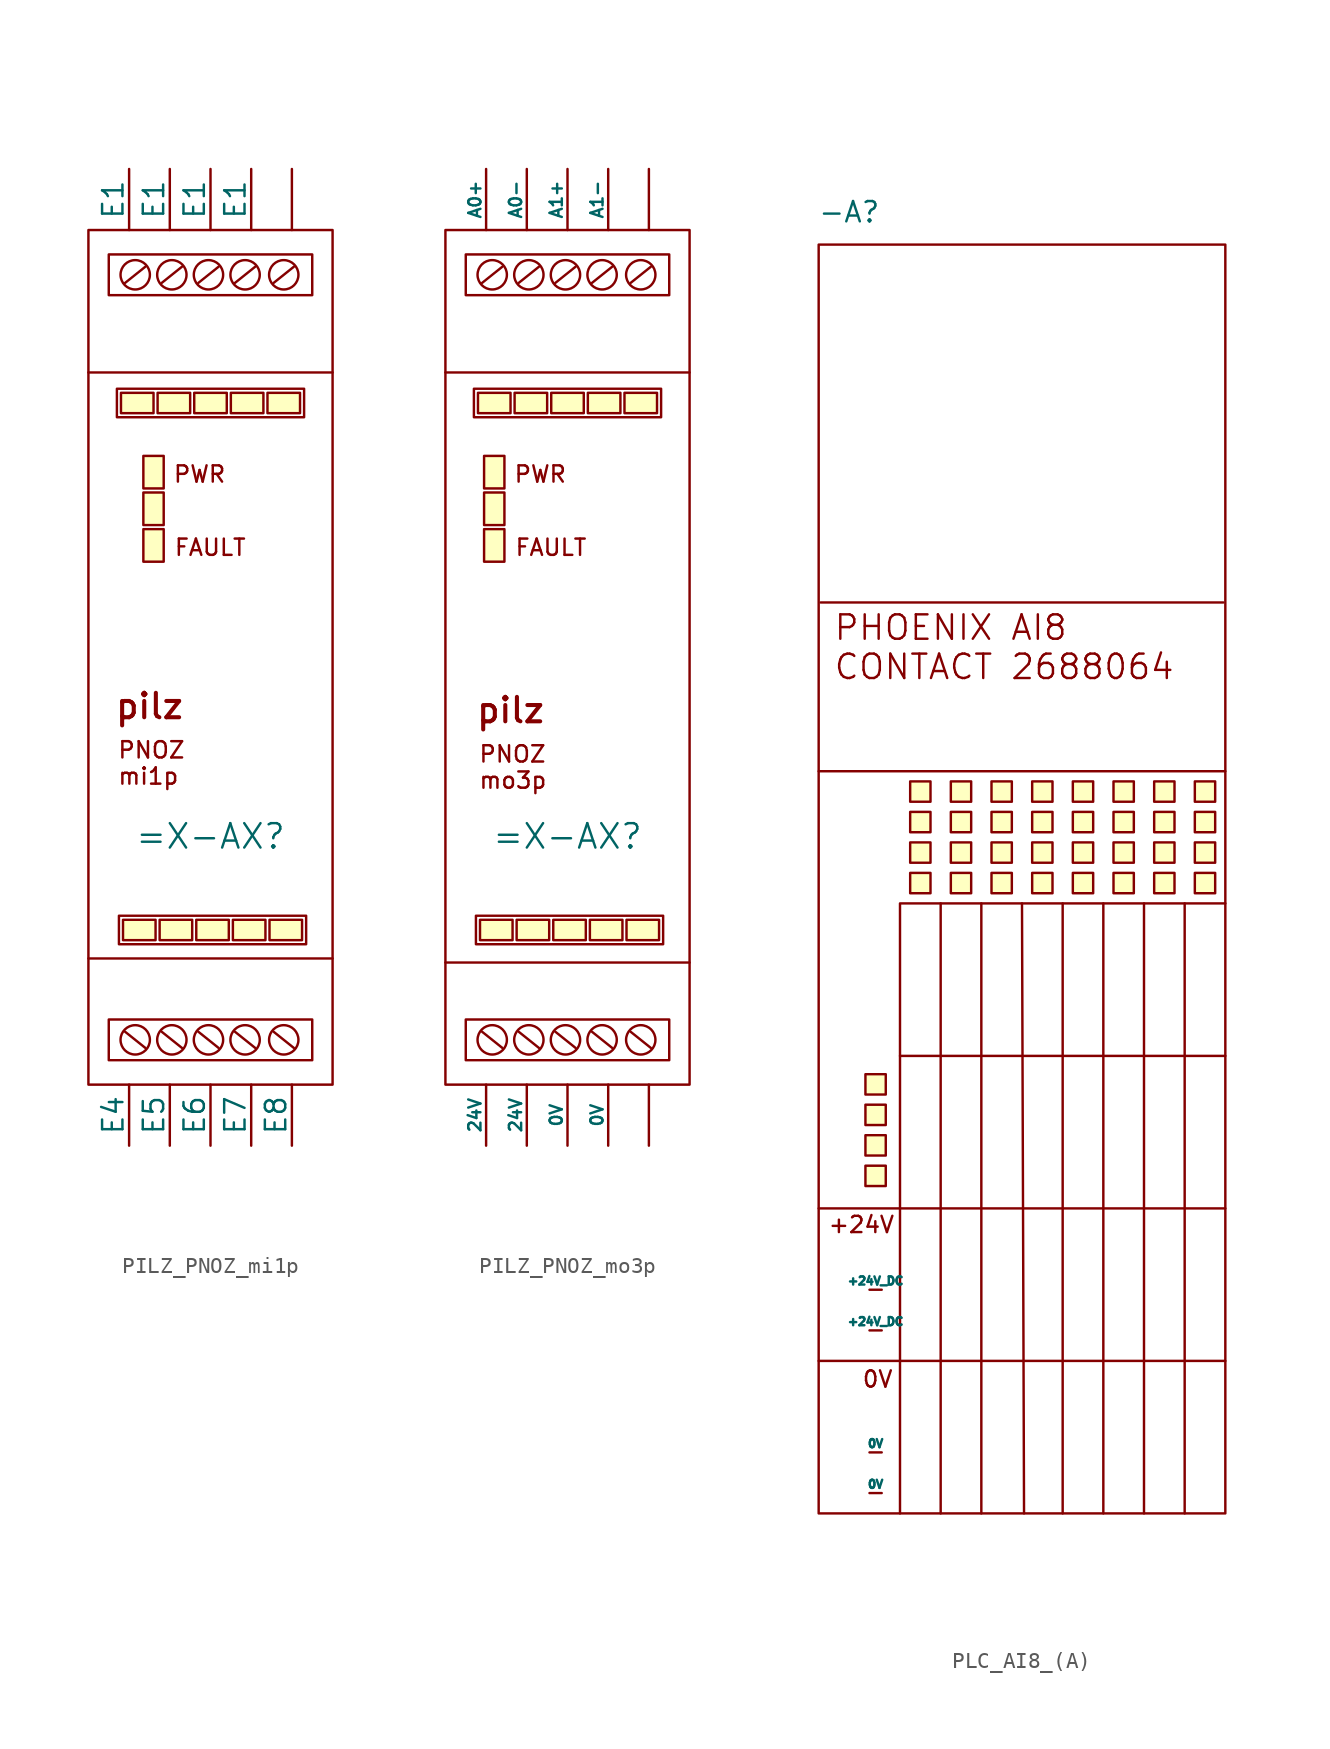
<source format=kicad_sym>
(kicad_symbol_lib
  (version 20241209)
  (generator "kicad_symbol_editor")
  (generator_version "9.0")
  (symbol "PILZ_PNOZ_mi1p"
    (pin_numbers
      (hide yes))
    (pin_names
      (offset 0))
    (property "Reference" "=X-AX"
      (at 0 -12.446 0)
      (effects (font (size 1.524 1.524))))
    (symbol "PILZ_PNOZ_mi1p_0_1"
      (rectangle (start -7.62 25.4) (end 7.62 -27.94) (stroke (width 0) (type default)) (fill (type none)))
      (polyline (pts (xy -7.62 16.51) (xy 7.62 16.51)) (stroke (width 0) (type default)) (fill (type none)))
      (polyline (pts (xy -7.62 -20.066) (xy 7.62 -20.066)) (stroke (width 0) (type default)) (fill (type none)))
      (rectangle (start -6.35 21.336) (end 6.35 23.876) (stroke (width 0) (type default)) (fill (type none)))
      (rectangle (start -6.35 -23.876) (end 6.35 -26.416) (stroke (width 0) (type default)) (fill (type none)))
      (circle (center -4.699 22.606) (radius 0.916) (stroke (width 0) (type default)) (fill (type none)))
      (circle (center -4.699 -25.146) (radius 0.916) (stroke (width 0) (type default)) (fill (type none)))
      (polyline (pts (xy -4.064 23.114) (xy -5.334 22.098)) (stroke (width 0) (type default)) (fill (type none)))
      (polyline (pts (xy -4.064 -25.654) (xy -5.334 -24.638)) (stroke (width 0) (type default)) (fill (type none)))
      (circle (center -2.413 22.606) (radius 0.916) (stroke (width 0) (type default)) (fill (type none)))
      (circle (center -2.413 -25.146) (radius 0.916) (stroke (width 0) (type default)) (fill (type none)))
      (polyline (pts (xy -1.778 23.114) (xy -3.048 22.098)) (stroke (width 0) (type default)) (fill (type none)))
      (polyline (pts (xy -1.778 -25.654) (xy -3.048 -24.638)) (stroke (width 0) (type default)) (fill (type none)))
      (circle (center -0.127 22.606) (radius 0.916) (stroke (width 0) (type default)) (fill (type none)))
      (circle (center -0.127 -25.146) (radius 0.916) (stroke (width 0) (type default)) (fill (type none)))
      (polyline (pts (xy 0.508 23.114) (xy -0.762 22.098)) (stroke (width 0) (type default)) (fill (type none)))
      (polyline (pts (xy 0.508 -25.654) (xy -0.762 -24.638)) (stroke (width 0) (type default)) (fill (type none)))
      (circle (center 2.159 22.606) (radius 0.916) (stroke (width 0) (type default)) (fill (type none)))
      (circle (center 2.159 -25.146) (radius 0.916) (stroke (width 0) (type default)) (fill (type none)))
      (polyline (pts (xy 2.794 23.114) (xy 1.524 22.098)) (stroke (width 0) (type default)) (fill (type none)))
      (polyline (pts (xy 2.794 -25.654) (xy 1.524 -24.638)) (stroke (width 0) (type default)) (fill (type none)))
      (circle (center 4.572 22.606) (radius 0.916) (stroke (width 0) (type default)) (fill (type none)))
      (circle (center 4.572 -25.146) (radius 0.916) (stroke (width 0) (type default)) (fill (type none)))
      (polyline (pts (xy 5.207 23.114) (xy 3.937 22.098)) (stroke (width 0) (type default)) (fill (type none)))
      (polyline (pts (xy 5.207 -25.654) (xy 3.937 -24.638)) (stroke (width 0) (type default)) (fill (type none))))
    (symbol "PILZ_PNOZ_mi1p_1_1"
      (rectangle (start -5.842 15.494) (end 5.842 13.716) (stroke (width 0) (type default)) (fill (type none)))
      (rectangle (start -5.715 -17.399) (end 5.969 -19.177) (stroke (width 0) (type default)) (fill (type none)))
      (rectangle (start -5.588 15.24) (end -3.556 13.97) (stroke (width 0) (type solid)) (fill (type background)))
      (rectangle (start -5.461 -17.653) (end -3.429 -18.923) (stroke (width 0) (type solid)) (fill (type background)))
      (rectangle (start -4.191 9.017) (end -2.921 6.985) (stroke (width 0) (type solid)) (fill (type background)))
      (rectangle (start -4.191 6.731) (end -2.921 4.699) (stroke (width 0) (type solid)) (fill (type background)))
      (rectangle (start -3.302 15.24) (end -1.27 13.97) (stroke (width 0) (type solid)) (fill (type background)))
      (rectangle (start -3.175 -17.653) (end -1.143 -18.923) (stroke (width 0) (type solid)) (fill (type background)))
      (rectangle (start -2.921 11.303) (end -4.191 9.271) (stroke (width 0) (type solid)) (fill (type background)))
      (rectangle (start -1.016 15.24) (end 1.016 13.97) (stroke (width 0) (type solid)) (fill (type background)))
      (rectangle (start -0.889 -17.653) (end 1.143 -18.923) (stroke (width 0) (type solid)) (fill (type background)))
      (rectangle (start 1.27 15.24) (end 3.302 13.97) (stroke (width 0) (type solid)) (fill (type background)))
      (rectangle (start 1.397 -17.653) (end 3.429 -18.923) (stroke (width 0) (type solid)) (fill (type background)))
      (rectangle (start 3.556 15.24) (end 5.588 13.97) (stroke (width 0) (type solid)) (fill (type background)))
      (rectangle (start 3.683 -17.653) (end 5.715 -18.923) (stroke (width 0) (type solid)) (fill (type background)))
      (text "PNOZ\nmi1p" (at -5.842 -7.874 0) (effects (font (size 1.016 1.016)) (justify left)))
      (text "pilz" (at -3.81 -4.318 0) (effects (font (size 1.524 1.524) (thickness 0.254) (bold yes))))
      (text "PWR" (at 1.016 10.16 0) (effects (font (size 1.016 1.016)) (justify right)))
      (text "FAULT" (at 2.286 5.588 0) (effects (font (size 1.016 1.016)) (justify right)))
      (pin input line (at -5.08 29.21 270) (length 3.81) (name "E1" (effects (font (size 1.27 1.27)))) (number "E1" (effects (font (size 1.27 1.27)))))
      (pin input line (at -5.08 -31.75 90) (length 3.81) (name "E4" (effects (font (size 1.27 1.27)))) (number "E4" (effects (font (size 1.27 1.27)))))
      (pin input line (at -2.54 29.21 270) (length 3.81) (name "E1" (effects (font (size 1.27 1.27)))) (number "E1" (effects (font (size 1.27 1.27)))))
      (pin input line (at -2.54 -31.75 90) (length 3.81) (name "E5" (effects (font (size 1.27 1.27)))) (number "E5" (effects (font (size 1.27 1.27)))))
      (pin input line (at 0 29.21 270) (length 3.81) (name "E1" (effects (font (size 1.27 1.27)))) (number "E1" (effects (font (size 1.27 1.27)))))
      (pin input line (at 0 -31.75 90) (length 3.81) (name "E6" (effects (font (size 1.27 1.27)))) (number "E6" (effects (font (size 1.27 1.27)))))
      (pin input line (at 2.54 29.21 270) (length 3.81) (name "E1" (effects (font (size 1.27 1.27)))) (number "E1" (effects (font (size 1.27 1.27)))))
      (pin input line (at 2.54 -31.75 90) (length 3.81) (name "E7" (effects (font (size 1.27 1.27)))) (number "E7" (effects (font (size 1.27 1.27)))))
      (pin passive line (at 5.08 29.21 270) (length 3.81) (name "" (effects (font (size 1.27 1.27)))) (number "" (effects (font (size 1.27 1.27)))))
      (pin input line (at 5.08 -31.75 90) (length 3.81) (name "E8" (effects (font (size 1.27 1.27)))) (number "E8" (effects (font (size 1.27 1.27)))))))
  (symbol "PILZ_PNOZ_mo3p"
    (pin_numbers
      (hide yes))
    (pin_names
      (offset 0))
    (property "Reference" "=X-AX"
      (at 0 -12.446 0)
      (effects (font (size 1.524 1.524))))
    (symbol "PILZ_PNOZ_mo3p_0_1"
      (rectangle (start -7.62 25.4) (end 7.62 -27.94) (stroke (width 0) (type default)) (fill (type none)))
      (polyline (pts (xy -7.62 16.51) (xy 7.62 16.51)) (stroke (width 0) (type default)) (fill (type none)))
      (polyline (pts (xy -7.62 -20.32) (xy 7.62 -20.32)) (stroke (width 0) (type default)) (fill (type none)))
      (rectangle (start -6.35 21.336) (end 6.35 23.876) (stroke (width 0) (type default)) (fill (type none)))
      (rectangle (start -6.35 -23.876) (end 6.35 -26.416) (stroke (width 0) (type default)) (fill (type none)))
      (circle (center -4.699 22.606) (radius 0.916) (stroke (width 0) (type default)) (fill (type none)))
      (circle (center -4.699 -25.146) (radius 0.916) (stroke (width 0) (type default)) (fill (type none)))
      (polyline (pts (xy -4.064 23.114) (xy -5.334 22.098)) (stroke (width 0) (type default)) (fill (type none)))
      (polyline (pts (xy -4.064 -25.654) (xy -5.334 -24.638)) (stroke (width 0) (type default)) (fill (type none)))
      (circle (center -2.413 22.606) (radius 0.916) (stroke (width 0) (type default)) (fill (type none)))
      (circle (center -2.413 -25.146) (radius 0.916) (stroke (width 0) (type default)) (fill (type none)))
      (polyline (pts (xy -1.778 23.114) (xy -3.048 22.098)) (stroke (width 0) (type default)) (fill (type none)))
      (polyline (pts (xy -1.778 -25.654) (xy -3.048 -24.638)) (stroke (width 0) (type default)) (fill (type none)))
      (circle (center -0.127 22.606) (radius 0.916) (stroke (width 0) (type default)) (fill (type none)))
      (circle (center -0.127 -25.146) (radius 0.916) (stroke (width 0) (type default)) (fill (type none)))
      (polyline (pts (xy 0.508 23.114) (xy -0.762 22.098)) (stroke (width 0) (type default)) (fill (type none)))
      (polyline (pts (xy 0.508 -25.654) (xy -0.762 -24.638)) (stroke (width 0) (type default)) (fill (type none)))
      (circle (center 2.159 22.606) (radius 0.916) (stroke (width 0) (type default)) (fill (type none)))
      (circle (center 2.159 -25.146) (radius 0.916) (stroke (width 0) (type default)) (fill (type none)))
      (polyline (pts (xy 2.794 23.114) (xy 1.524 22.098)) (stroke (width 0) (type default)) (fill (type none)))
      (polyline (pts (xy 2.794 -25.654) (xy 1.524 -24.638)) (stroke (width 0) (type default)) (fill (type none)))
      (circle (center 4.572 22.606) (radius 0.916) (stroke (width 0) (type default)) (fill (type none)))
      (circle (center 4.572 -25.146) (radius 0.916) (stroke (width 0) (type default)) (fill (type none)))
      (polyline (pts (xy 5.207 23.114) (xy 3.937 22.098)) (stroke (width 0) (type default)) (fill (type none)))
      (polyline (pts (xy 5.207 -25.654) (xy 3.937 -24.638)) (stroke (width 0) (type default)) (fill (type none))))
    (symbol "PILZ_PNOZ_mo3p_1_1"
      (rectangle (start -5.842 15.494) (end 5.842 13.716) (stroke (width 0) (type default)) (fill (type none)))
      (rectangle (start -5.715 -17.399) (end 5.969 -19.177) (stroke (width 0) (type default)) (fill (type none)))
      (rectangle (start -5.588 15.24) (end -3.556 13.97) (stroke (width 0) (type solid)) (fill (type background)))
      (rectangle (start -5.461 -17.653) (end -3.429 -18.923) (stroke (width 0) (type solid)) (fill (type background)))
      (rectangle (start -5.207 9.017) (end -3.937 6.985) (stroke (width 0) (type solid)) (fill (type background)))
      (rectangle (start -5.207 6.731) (end -3.937 4.699) (stroke (width 0) (type solid)) (fill (type background)))
      (rectangle (start -3.937 11.303) (end -5.207 9.271) (stroke (width 0) (type solid)) (fill (type background)))
      (rectangle (start -3.302 15.24) (end -1.27 13.97) (stroke (width 0) (type solid)) (fill (type background)))
      (rectangle (start -3.175 -17.653) (end -1.143 -18.923) (stroke (width 0) (type solid)) (fill (type background)))
      (rectangle (start -1.016 15.24) (end 1.016 13.97) (stroke (width 0) (type solid)) (fill (type background)))
      (rectangle (start -0.889 -17.653) (end 1.143 -18.923) (stroke (width 0) (type solid)) (fill (type background)))
      (rectangle (start 1.27 15.24) (end 3.302 13.97) (stroke (width 0) (type solid)) (fill (type background)))
      (rectangle (start 1.397 -17.653) (end 3.429 -18.923) (stroke (width 0) (type solid)) (fill (type background)))
      (rectangle (start 3.556 15.24) (end 5.588 13.97) (stroke (width 0) (type solid)) (fill (type background)))
      (rectangle (start 3.683 -17.653) (end 5.715 -18.923) (stroke (width 0) (type solid)) (fill (type background)))
      (text "PNOZ\nmo3p" (at -5.588 -8.128 0) (effects (font (size 1.016 1.016)) (justify left)))
      (text "pilz" (at -3.556 -4.572 0) (effects (font (size 1.524 1.524) (thickness 0.254) (bold yes))))
      (text "PWR" (at 0 10.16 0) (effects (font (size 1.016 1.016)) (justify right)))
      (text "FAULT" (at 1.27 5.588 0) (effects (font (size 1.016 1.016)) (justify right)))
      (pin output line (at -5.08 29.21 270) (length 3.81) (name "A0+" (effects (font (size 0.762 0.762)))) (number "A0+" (effects (font (size 0.762 0.762)))))
      (pin passive line (at -5.08 -31.75 90) (length 3.81) (name "24V" (effects (font (size 0.762 0.762)))) (number "24V" (effects (font (size 0.762 0.762)))))
      (pin output line (at -2.54 29.21 270) (length 3.81) (name "A0-" (effects (font (size 0.762 0.762)))) (number "A0-" (effects (font (size 0.762 0.762)))))
      (pin passive line (at -2.54 -31.75 90) (length 3.81) (name "24V" (effects (font (size 0.762 0.762)))) (number "24V" (effects (font (size 0.762 0.762)))))
      (pin output line (at 0 29.21 270) (length 3.81) (name "A1+" (effects (font (size 0.762 0.762)))) (number "A1+" (effects (font (size 0.762 0.762)))))
      (pin passive line (at 0 -31.75 90) (length 3.81) (name "0V" (effects (font (size 0.762 0.762)))) (number "0V" (effects (font (size 0.762 0.762)))))
      (pin output line (at 2.54 29.21 270) (length 3.81) (name "A1-" (effects (font (size 0.762 0.762)))) (number "A1-" (effects (font (size 0.762 0.762)))))
      (pin passive line (at 2.54 -31.75 90) (length 3.81) (name "0V" (effects (font (size 0.762 0.762)))) (number "0V" (effects (font (size 0.762 0.762)))))
      (pin passive line (at 5.08 29.21 270) (length 3.81) (name "" (effects (font (size 0.762 0.762)))) (number "" (effects (font (size 0.762 0.762)))))
      (pin passive line (at 5.08 -31.75 90) (length 3.81) (name "" (effects (font (size 0.762 0.762)))) (number "" (effects (font (size 0.762 0.762)))))))
  (symbol "PLC_AI8_(A)"
    (pin_numbers
      (hide yes))
    (pin_names
      (offset 0))
    (property "Reference" "-A"
      (at -10.16 52.07 0)
      (effects (font (size 1.27 1.27))))
    (property "Value" ""
      (at 0 0 0)
      (effects (font (size 1.27 1.27))))
    (symbol "PLC_AI8_(A)_0_1"
      (rectangle (start -12.065 50.038) (end 13.335 -29.21) (stroke (width 0) (type default)) (fill (type none)))
      (polyline (pts (xy -11.938 27.686) (xy 13.208 27.686)) (stroke (width 0) (type default)) (fill (type none)))
      (polyline (pts (xy -6.985 -0.635) (xy 13.335 -0.635)) (stroke (width 0) (type default)) (fill (type none)))
      (polyline (pts (xy -6.985 -10.16) (xy 13.335 -10.16)) (stroke (width 0) (type default)) (fill (type none)))
      (polyline (pts (xy -6.985 -19.685) (xy 13.335 -19.685)) (stroke (width 0) (type default)) (fill (type none)))
      (polyline (pts (xy -6.985 -29.21) (xy -6.985 8.89) (xy 13.335 8.89)) (stroke (width 0) (type default)) (fill (type none)))
      (polyline (pts (xy -4.445 -29.21) (xy -4.445 8.89)) (stroke (width 0) (type default)) (fill (type none)))
      (polyline (pts (xy -1.905 -29.21) (xy -1.905 8.89)) (stroke (width 0) (type default)) (fill (type none)))
      (polyline (pts (xy 0.762 -29.21) (xy 0.635 8.89)) (stroke (width 0) (type default)) (fill (type none)))
      (polyline (pts (xy 3.175 -29.21) (xy 3.175 8.89)) (stroke (width 0) (type default)) (fill (type none)))
      (polyline (pts (xy 5.715 -29.21) (xy 5.715 8.89)) (stroke (width 0) (type default)) (fill (type none)))
      (polyline (pts (xy 8.255 -29.21) (xy 8.255 8.89)) (stroke (width 0) (type default)) (fill (type none)))
      (polyline (pts (xy 10.795 -29.21) (xy 10.795 8.89)) (stroke (width 0) (type default)) (fill (type none))))
    (symbol "PLC_AI8_(A)_1_1"
      (rectangle (start -9.144 -1.778) (end -7.874 -3.048) (stroke (width 0) (type solid)) (fill (type background)))
      (rectangle (start -9.144 -3.683) (end -7.874 -4.953) (stroke (width 0) (type solid)) (fill (type background)))
      (rectangle (start -9.144 -5.588) (end -7.874 -6.858) (stroke (width 0) (type solid)) (fill (type background)))
      (rectangle (start -9.144 -7.493) (end -7.874 -8.763) (stroke (width 0) (type solid)) (fill (type background)))
      (polyline (pts (xy -6.985 -10.16) (xy -12.065 -10.16)) (stroke (width 0) (type default)) (fill (type none)))
      (polyline (pts (xy -6.985 -19.685) (xy -12.065 -19.685)) (stroke (width 0) (type default)) (fill (type none)))
      (rectangle (start -6.35 16.51) (end -5.08 15.24) (stroke (width 0) (type solid)) (fill (type background)))
      (rectangle (start -6.35 14.605) (end -5.08 13.335) (stroke (width 0) (type solid)) (fill (type background)))
      (rectangle (start -6.35 12.7) (end -5.08 11.43) (stroke (width 0) (type solid)) (fill (type background)))
      (rectangle (start -6.35 10.795) (end -5.08 9.525) (stroke (width 0) (type solid)) (fill (type background)))
      (rectangle (start -3.81 16.51) (end -2.54 15.24) (stroke (width 0) (type solid)) (fill (type background)))
      (rectangle (start -3.81 14.605) (end -2.54 13.335) (stroke (width 0) (type solid)) (fill (type background)))
      (rectangle (start -3.81 12.7) (end -2.54 11.43) (stroke (width 0) (type solid)) (fill (type background)))
      (rectangle (start -3.81 10.795) (end -2.54 9.525) (stroke (width 0) (type solid)) (fill (type background)))
      (rectangle (start -1.27 16.51) (end 0 15.24) (stroke (width 0) (type solid)) (fill (type background)))
      (rectangle (start -1.27 14.605) (end 0 13.335) (stroke (width 0) (type solid)) (fill (type background)))
      (rectangle (start -1.27 12.7) (end 0 11.43) (stroke (width 0) (type solid)) (fill (type background)))
      (rectangle (start -1.27 10.795) (end 0 9.525) (stroke (width 0) (type solid)) (fill (type background)))
      (rectangle (start 1.27 16.51) (end 2.54 15.24) (stroke (width 0) (type solid)) (fill (type background)))
      (rectangle (start 1.27 14.605) (end 2.54 13.335) (stroke (width 0) (type solid)) (fill (type background)))
      (rectangle (start 1.27 12.7) (end 2.54 11.43) (stroke (width 0) (type solid)) (fill (type background)))
      (rectangle (start 1.27 10.795) (end 2.54 9.525) (stroke (width 0) (type solid)) (fill (type background)))
      (rectangle (start 3.81 16.51) (end 5.08 15.24) (stroke (width 0) (type solid)) (fill (type background)))
      (rectangle (start 3.81 14.605) (end 5.08 13.335) (stroke (width 0) (type solid)) (fill (type background)))
      (rectangle (start 3.81 12.7) (end 5.08 11.43) (stroke (width 0) (type solid)) (fill (type background)))
      (rectangle (start 3.81 10.795) (end 5.08 9.525) (stroke (width 0) (type solid)) (fill (type background)))
      (rectangle (start 6.35 16.51) (end 7.62 15.24) (stroke (width 0) (type solid)) (fill (type background)))
      (rectangle (start 6.35 14.605) (end 7.62 13.335) (stroke (width 0) (type solid)) (fill (type background)))
      (rectangle (start 6.35 12.7) (end 7.62 11.43) (stroke (width 0) (type solid)) (fill (type background)))
      (rectangle (start 6.35 10.795) (end 7.62 9.525) (stroke (width 0) (type solid)) (fill (type background)))
      (rectangle (start 8.89 16.51) (end 10.16 15.24) (stroke (width 0) (type solid)) (fill (type background)))
      (rectangle (start 8.89 14.605) (end 10.16 13.335) (stroke (width 0) (type solid)) (fill (type background)))
      (rectangle (start 8.89 12.7) (end 10.16 11.43) (stroke (width 0) (type solid)) (fill (type background)))
      (rectangle (start 8.89 10.795) (end 10.16 9.525) (stroke (width 0) (type solid)) (fill (type background)))
      (rectangle (start 11.43 16.51) (end 12.7 15.24) (stroke (width 0) (type solid)) (fill (type background)))
      (rectangle (start 11.43 14.605) (end 12.7 13.335) (stroke (width 0) (type solid)) (fill (type background)))
      (rectangle (start 11.43 12.7) (end 12.7 11.43) (stroke (width 0) (type solid)) (fill (type background)))
      (rectangle (start 11.43 10.795) (end 12.7 9.525) (stroke (width 0) (type solid)) (fill (type background)))
      (polyline (pts (xy 13.335 17.145) (xy -12.065 17.145)) (stroke (width 0) (type default)) (fill (type none)))
      (text "PHOENIX AI8\nCONTACT 2688064" (at -11.176 24.892 0) (effects (font (size 1.524 1.524)) (justify left)))
      (text "+24V" (at -9.398 -11.176 0) (effects (font (size 1.016 1.016))))
      (text "0V" (at -8.382 -20.828 0) (effects (font (size 1.016 1.016))))
      (pin passive line (at -8.89 -15.24 0) (length 0.762) (name "+24V_DC" (effects (font (size 0.508 0.508)))) (number "+24V" (effects (font (size 0.508 0.508)))))
      (pin passive line (at -8.89 -17.78 0) (length 0.762) (name "+24V_DC" (effects (font (size 0.508 0.508)))) (number "+24V" (effects (font (size 0.508 0.508)))))
      (pin passive line (at -8.89 -25.4 0) (length 0.762) (name "0V" (effects (font (size 0.508 0.508)))) (number "0V" (effects (font (size 0.508 0.508)))))
      (pin passive line (at -8.89 -27.94 0) (length 0.762) (name "0V" (effects (font (size 0.508 0.508)))) (number "0V" (effects (font (size 0.508 0.508))))))))
</source>
